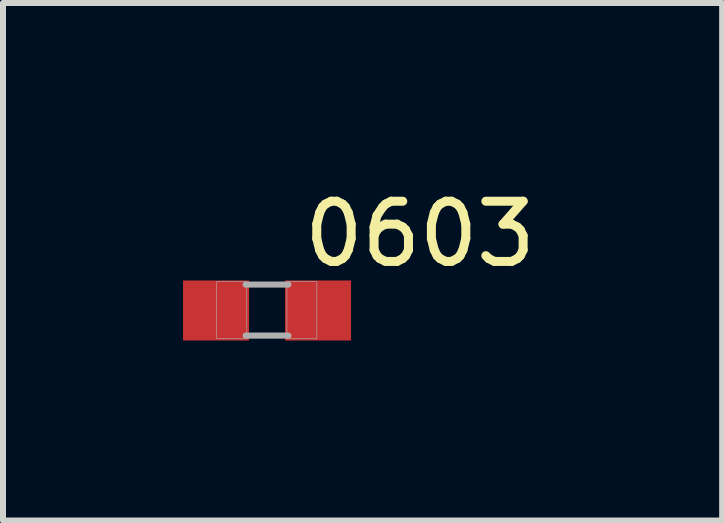
<source format=kicad_pcb>
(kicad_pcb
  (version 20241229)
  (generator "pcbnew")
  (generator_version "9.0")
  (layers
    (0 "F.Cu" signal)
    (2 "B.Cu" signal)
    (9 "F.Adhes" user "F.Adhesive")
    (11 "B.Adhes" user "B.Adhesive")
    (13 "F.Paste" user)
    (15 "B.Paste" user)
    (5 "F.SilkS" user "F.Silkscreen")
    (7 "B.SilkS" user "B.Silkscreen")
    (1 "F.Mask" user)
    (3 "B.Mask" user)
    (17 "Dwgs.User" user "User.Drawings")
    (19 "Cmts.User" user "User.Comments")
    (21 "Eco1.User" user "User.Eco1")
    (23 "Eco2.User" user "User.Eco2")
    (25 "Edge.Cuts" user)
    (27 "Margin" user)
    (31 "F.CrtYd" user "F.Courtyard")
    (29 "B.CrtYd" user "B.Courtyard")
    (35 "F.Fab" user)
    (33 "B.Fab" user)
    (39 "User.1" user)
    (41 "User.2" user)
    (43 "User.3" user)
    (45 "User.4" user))
  (footprint "0603"
    (layer "F.Cu")
    (at 1.4 2.124)
    (property "Reference" "0603" (at 2.548 -1.274 0) (layer "F.SilkS") (effects (font (size 1.003 1.003) (thickness 0.15))))
    (attr smd)
    (fp_line (start -0.356 -0.432) (end 0.356 -0.432) (stroke (width 0.102) (type solid)) (layer "F.Fab"))
    (fp_line (start -0.356 0.419) (end 0.356 0.419) (stroke (width 0.102) (type solid)) (layer "F.Fab"))
    (fp_poly (pts (xy -0.84 -0.48) (xy -0.338 -0.48) (xy -0.338 0.471) (xy -0.84 0.471)) (stroke (width 0.01) (type solid)) (fill no) (layer "F.Fab"))
    (fp_poly (pts (xy 0.331 -0.48) (xy 0.83 -0.48) (xy 0.83 0.471) (xy 0.331 0.471)) (stroke (width 0.01) (type solid)) (fill no) (layer "F.Fab"))
    (pad "1" smd rect (at -0.85 0) (size 1.1 1) (layers "F.Cu" "F.Mask" "F.Paste"))
    (pad "2" smd rect (at 0.85 0) (size 1.1 1) (layers "F.Cu" "F.Mask" "F.Paste")))
  (gr_rect
    (start -3 -3)
    (end 8.984 5.624)
    (stroke (width 0.1) (type default))
    (fill no)
    (layer "Edge.Cuts")))
</source>
